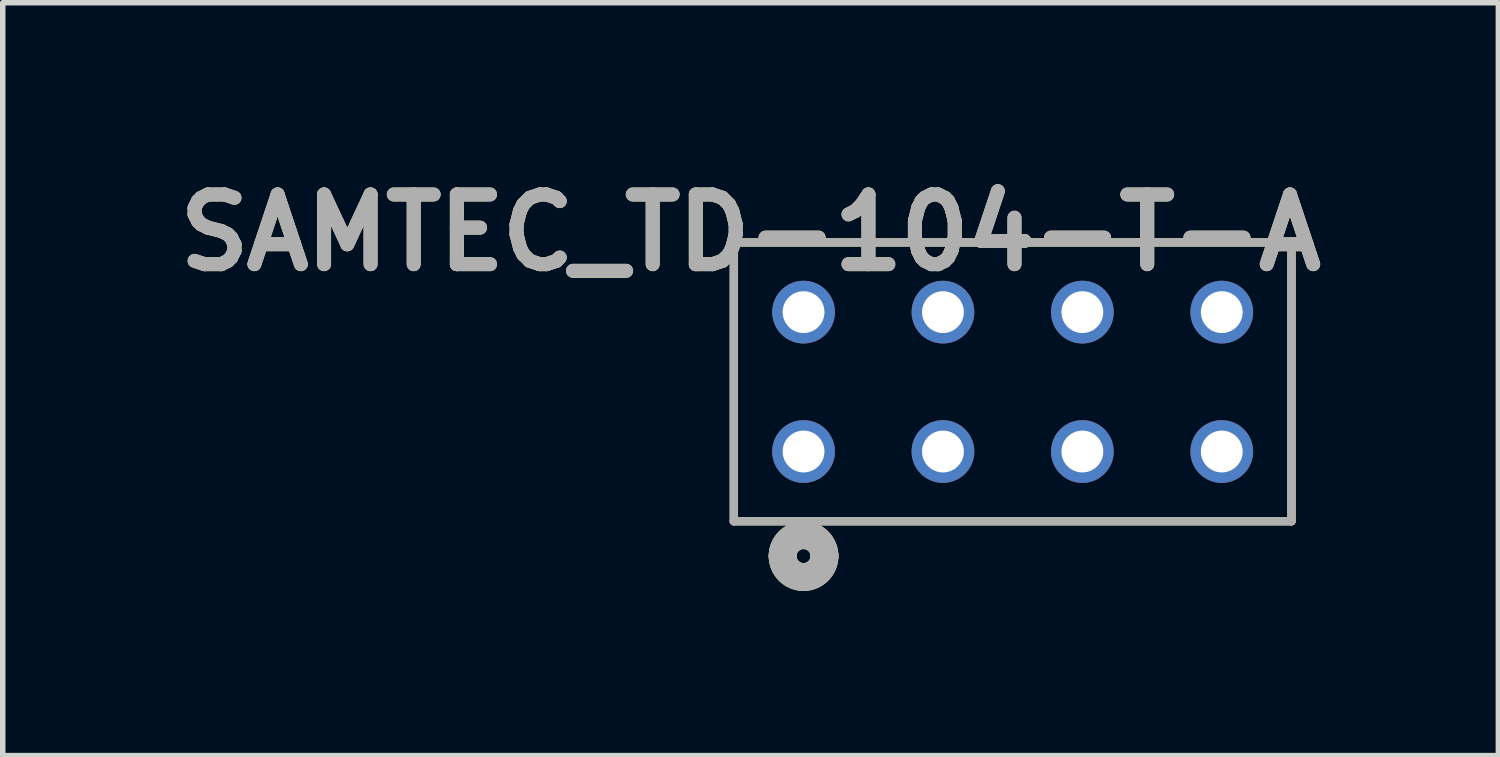
<source format=kicad_pcb>
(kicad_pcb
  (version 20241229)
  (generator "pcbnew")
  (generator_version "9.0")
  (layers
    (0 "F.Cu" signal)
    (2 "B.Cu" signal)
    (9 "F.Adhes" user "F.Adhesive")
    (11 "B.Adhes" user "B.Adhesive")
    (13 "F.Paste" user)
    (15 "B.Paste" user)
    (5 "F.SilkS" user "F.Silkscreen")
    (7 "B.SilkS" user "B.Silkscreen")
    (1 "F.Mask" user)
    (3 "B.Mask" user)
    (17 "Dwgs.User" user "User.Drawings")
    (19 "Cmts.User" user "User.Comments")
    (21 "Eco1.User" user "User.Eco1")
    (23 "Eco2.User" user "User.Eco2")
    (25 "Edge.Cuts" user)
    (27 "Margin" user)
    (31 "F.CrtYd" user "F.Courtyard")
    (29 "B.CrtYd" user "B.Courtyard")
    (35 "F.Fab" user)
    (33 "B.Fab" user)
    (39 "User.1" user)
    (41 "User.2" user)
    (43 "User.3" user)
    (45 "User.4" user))
  (footprint "SAMTEC_TD-104-T-A"
    (layer "F.Cu")
    (at 19.211 2.637)
    (property "Reference" "SAMTEC_TD-104-T-A" (at -8.585 -1.448 0) (layer "F.SilkS") (effects (font (size 1.27 1.27) (thickness 0.254))))
    (attr through_hole)
    (fp_line (start -8.89 -1.27) (end -8.89 3.81) (stroke (width 0.152) (type solid)) (layer "F.SilkS"))
    (fp_line (start -8.89 3.81) (end 1.27 3.81) (stroke (width 0.152) (type solid)) (layer "F.SilkS"))
    (fp_line (start 1.27 -1.27) (end -8.89 -1.27) (stroke (width 0.152) (type solid)) (layer "F.SilkS"))
    (fp_line (start 1.27 3.81) (end 1.27 -1.27) (stroke (width 0.152) (type solid)) (layer "F.SilkS"))
    (fp_arc (start -8.001 4.445) (mid -7.62 4.064) (end -7.239 4.445) (stroke (width 0.508) (type solid)) (layer "F.SilkS"))
    (fp_arc (start -7.239 4.445) (mid -7.62 4.826) (end -8.001 4.445) (stroke (width 0.508) (type solid)) (layer "F.SilkS"))
    (fp_line (start -8.89 -1.27) (end -8.89 3.81) (stroke (width 0.152) (type solid)) (layer "F.Fab"))
    (fp_line (start -8.89 3.81) (end 1.27 3.81) (stroke (width 0.152) (type solid)) (layer "F.Fab"))
    (fp_line (start 1.27 -1.27) (end -8.89 -1.27) (stroke (width 0.152) (type solid)) (layer "F.Fab"))
    (fp_line (start 1.27 3.81) (end 1.27 -1.27) (stroke (width 0.152) (type solid)) (layer "F.Fab"))
    (fp_arc (start -8.001 4.445) (mid -7.62 4.064) (end -7.239 4.445) (stroke (width 0.508) (type solid)) (layer "F.Fab"))
    (fp_arc (start -7.239 4.445) (mid -7.62 4.826) (end -8.001 4.445) (stroke (width 0.508) (type solid)) (layer "F.Fab"))
    (fp_text user "${REFERENCE}" (at -8.585 -1.448 0) (layer "F.Fab") (effects (font (size 1.27 1.27) (thickness 0.254))))
    (pad "1" thru_hole circle (at -7.62 2.54) (size 1.143 1.143) (drill 0.762) (layers "*.Cu" "*.Mask"))
    (pad "2" thru_hole circle (at -7.62 0) (size 1.143 1.143) (drill 0.762) (layers "*.Cu" "*.Mask"))
    (pad "3" thru_hole circle (at -5.08 2.54) (size 1.143 1.143) (drill 0.762) (layers "*.Cu" "*.Mask"))
    (pad "4" thru_hole circle (at -5.08 0) (size 1.143 1.143) (drill 0.762) (layers "*.Cu" "*.Mask"))
    (pad "5" thru_hole circle (at -2.54 2.54) (size 1.143 1.143) (drill 0.762) (layers "*.Cu" "*.Mask"))
    (pad "6" thru_hole circle (at -2.54 0) (size 1.143 1.143) (drill 0.762) (layers "*.Cu" "*.Mask"))
    (pad "7" thru_hole circle (at 0 2.54) (size 1.143 1.143) (drill 0.762) (layers "*.Cu" "*.Mask"))
    (pad "8" thru_hole circle (at 0 0) (size 1.143 1.143) (drill 0.762) (layers "*.Cu" "*.Mask")))
  (gr_rect
    (start -3 -3)
    (end 24.251 10.717)
    (stroke (width 0.1) (type default))
    (fill no)
    (layer "Edge.Cuts")))
</source>
